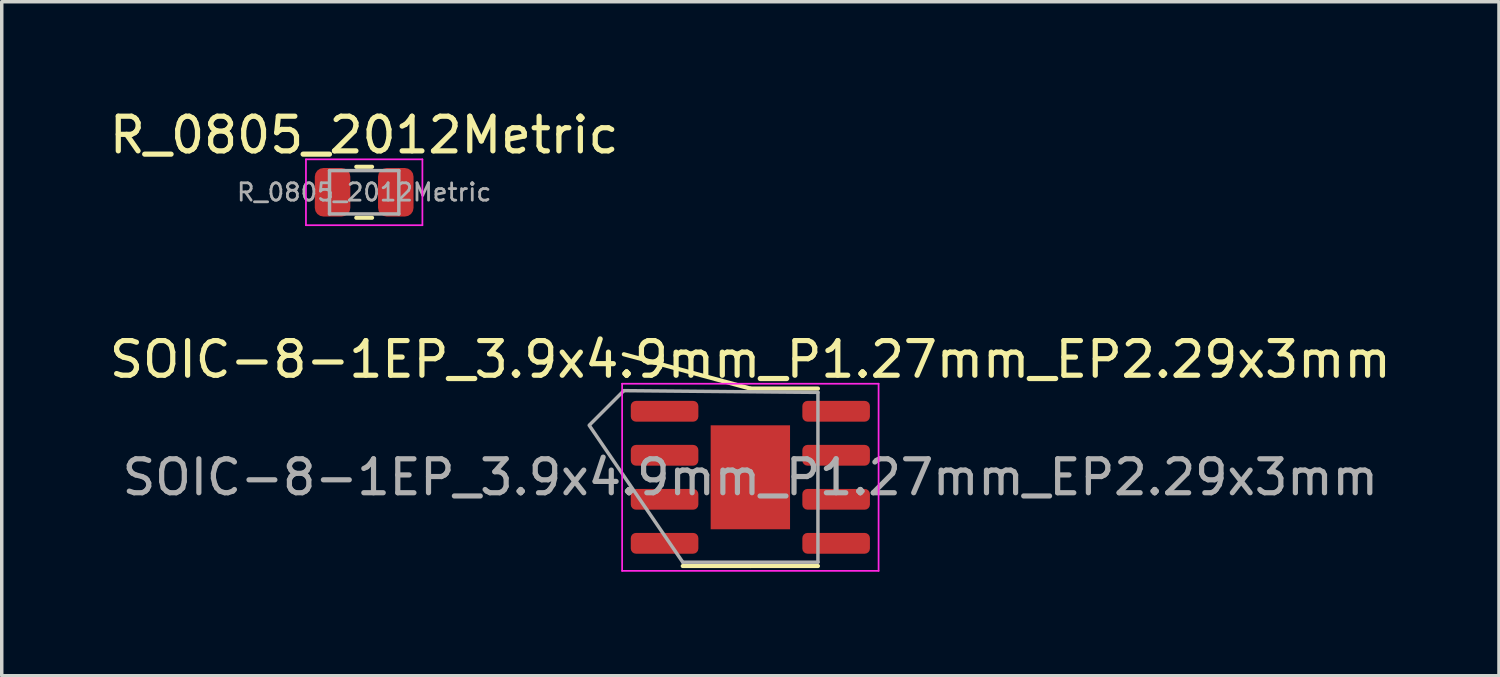
<source format=kicad_pcb>
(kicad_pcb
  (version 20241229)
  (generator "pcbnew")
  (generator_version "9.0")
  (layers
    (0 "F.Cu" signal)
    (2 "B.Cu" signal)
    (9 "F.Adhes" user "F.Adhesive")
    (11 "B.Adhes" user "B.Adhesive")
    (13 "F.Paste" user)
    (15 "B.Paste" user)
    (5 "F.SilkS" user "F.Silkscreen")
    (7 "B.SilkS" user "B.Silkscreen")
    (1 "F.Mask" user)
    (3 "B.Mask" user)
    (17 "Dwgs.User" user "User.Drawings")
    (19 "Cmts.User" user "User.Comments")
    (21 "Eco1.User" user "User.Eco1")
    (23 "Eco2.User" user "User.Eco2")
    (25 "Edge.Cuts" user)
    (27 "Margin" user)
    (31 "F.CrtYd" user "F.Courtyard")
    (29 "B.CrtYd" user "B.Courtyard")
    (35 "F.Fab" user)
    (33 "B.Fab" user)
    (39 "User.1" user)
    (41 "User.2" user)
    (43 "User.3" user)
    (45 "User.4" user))
  (footprint "SOIC-8-1EP_3.9x4.9mm_P1.27mm_EP2.29x3mm"
    (layer "F.Cu")
    (at 18.601 10.722)
    (property "Reference" "SOIC-8-1EP_3.9x4.9mm_P1.27mm_EP2.29x3mm" (at 0 -3.4 0) (layer "F.SilkS") (effects (font (size 1 1) (thickness 0.15))))
    (attr smd)
    (fp_line (start 0 -2.56) (end -3.65 -3.55) (stroke (width 0.12) (type solid)) (layer "F.SilkS"))
    (fp_line (start 0 -2.56) (end 1.95 -2.56) (stroke (width 0.12) (type solid)) (layer "F.SilkS"))
    (fp_line (start 0 2.56) (end -1.95 2.56) (stroke (width 0.12) (type solid)) (layer "F.SilkS"))
    (fp_line (start 0 2.56) (end 1.95 2.56) (stroke (width 0.12) (type solid)) (layer "F.SilkS"))
    (fp_line (start -3.7 -2.7) (end -3.7 2.7) (stroke (width 0.05) (type solid)) (layer "F.CrtYd"))
    (fp_line (start -3.7 2.7) (end 3.7 2.7) (stroke (width 0.05) (type solid)) (layer "F.CrtYd"))
    (fp_line (start 3.7 -2.7) (end -3.7 -2.7) (stroke (width 0.05) (type solid)) (layer "F.CrtYd"))
    (fp_line (start 3.7 2.7) (end 3.7 -2.7) (stroke (width 0.05) (type solid)) (layer "F.CrtYd"))
    (fp_line (start -4.625 -1.525) (end -3.65 -2.5) (stroke (width 0.1) (type solid)) (layer "F.Fab"))
    (fp_line (start -3.65 -2.5) (end 1.95 -2.45) (stroke (width 0.1) (type solid)) (layer "F.Fab"))
    (fp_line (start -1.95 2.45) (end -4.65 -1.5) (stroke (width 0.1) (type solid)) (layer "F.Fab"))
    (fp_line (start 1.95 -2.45) (end 1.95 2.45) (stroke (width 0.1) (type solid)) (layer "F.Fab"))
    (fp_line (start 1.95 2.45) (end -1.95 2.45) (stroke (width 0.1) (type solid)) (layer "F.Fab"))
    (fp_text user "${REFERENCE}" (at 0 0 0) (layer "F.Fab") (effects (font (size 0.98 0.98) (thickness 0.15))))
    (pad "" smd roundrect (at -0.57 -0.75) (size 0.92 1.21) (layers "F.Paste") (roundrect_rratio 0.25))
    (pad "" smd roundrect (at -0.57 0.75) (size 0.92 1.21) (layers "F.Paste") (roundrect_rratio 0.25))
    (pad "" smd roundrect (at 0.57 -0.75) (size 0.92 1.21) (layers "F.Paste") (roundrect_rratio 0.25))
    (pad "" smd roundrect (at 0.57 0.75) (size 0.92 1.21) (layers "F.Paste") (roundrect_rratio 0.25))
    (pad "1" smd roundrect (at -2.475 -1.905) (size 1.95 0.6) (layers "F.Cu" "F.Mask" "F.Paste") (roundrect_rratio 0.25))
    (pad "2" smd roundrect (at -2.475 -0.635) (size 1.95 0.6) (layers "F.Cu" "F.Mask" "F.Paste") (roundrect_rratio 0.25))
    (pad "3" smd roundrect (at -2.475 0.635) (size 1.95 0.6) (layers "F.Cu" "F.Mask" "F.Paste") (roundrect_rratio 0.25))
    (pad "4" smd roundrect (at -2.475 1.905) (size 1.95 0.6) (layers "F.Cu" "F.Mask" "F.Paste") (roundrect_rratio 0.25))
    (pad "5" smd roundrect (at 2.475 1.905) (size 1.95 0.6) (layers "F.Cu" "F.Mask" "F.Paste") (roundrect_rratio 0.25))
    (pad "6" smd roundrect (at 2.475 0.635) (size 1.95 0.6) (layers "F.Cu" "F.Mask" "F.Paste") (roundrect_rratio 0.25))
    (pad "7" smd roundrect (at 2.475 -0.635) (size 1.95 0.6) (layers "F.Cu" "F.Mask" "F.Paste") (roundrect_rratio 0.25))
    (pad "8" smd roundrect (at 2.475 -1.905) (size 1.95 0.6) (layers "F.Cu" "F.Mask" "F.Paste") (roundrect_rratio 0.25))
    (pad "9" smd rect (at 0 0) (size 2.29 3) (layers "F.Cu" "F.Mask")))
  (footprint "R_0805_2012Metric"
    (layer "F.Cu")
    (at 7.458 2.498)
    (property "Reference" "R_0805_2012Metric" (at 0 -1.65 0) (layer "F.SilkS") (effects (font (size 1 1) (thickness 0.15))))
    (attr smd)
    (fp_line (start -0.227 -0.735) (end 0.227 -0.735) (stroke (width 0.12) (type solid)) (layer "F.SilkS"))
    (fp_line (start -0.227 0.735) (end 0.227 0.735) (stroke (width 0.12) (type solid)) (layer "F.SilkS"))
    (fp_line (start -1.68 -0.95) (end 1.68 -0.95) (stroke (width 0.05) (type solid)) (layer "F.CrtYd"))
    (fp_line (start -1.68 0.95) (end -1.68 -0.95) (stroke (width 0.05) (type solid)) (layer "F.CrtYd"))
    (fp_line (start 1.68 -0.95) (end 1.68 0.95) (stroke (width 0.05) (type solid)) (layer "F.CrtYd"))
    (fp_line (start 1.68 0.95) (end -1.68 0.95) (stroke (width 0.05) (type solid)) (layer "F.CrtYd"))
    (fp_line (start -1 -0.625) (end 1 -0.625) (stroke (width 0.1) (type solid)) (layer "F.Fab"))
    (fp_line (start -1 0.625) (end -1 -0.625) (stroke (width 0.1) (type solid)) (layer "F.Fab"))
    (fp_line (start 1 -0.625) (end 1 0.625) (stroke (width 0.1) (type solid)) (layer "F.Fab"))
    (fp_line (start 1 0.625) (end -1 0.625) (stroke (width 0.1) (type solid)) (layer "F.Fab"))
    (fp_text user "${REFERENCE}" (at 0 0 0) (layer "F.Fab") (effects (font (size 0.5 0.5) (thickness 0.08))))
    (pad "1" smd roundrect (at -0.912 0) (size 1.025 1.4) (layers "F.Cu" "F.Mask" "F.Paste") (roundrect_rratio 0.244))
    (pad "2" smd roundrect (at 0.912 0) (size 1.025 1.4) (layers "F.Cu" "F.Mask" "F.Paste") (roundrect_rratio 0.244)))
  (gr_rect
    (start -3 -3)
    (end 40.202 16.447)
    (stroke (width 0.1) (type default))
    (fill no)
    (layer "Edge.Cuts")))
</source>
